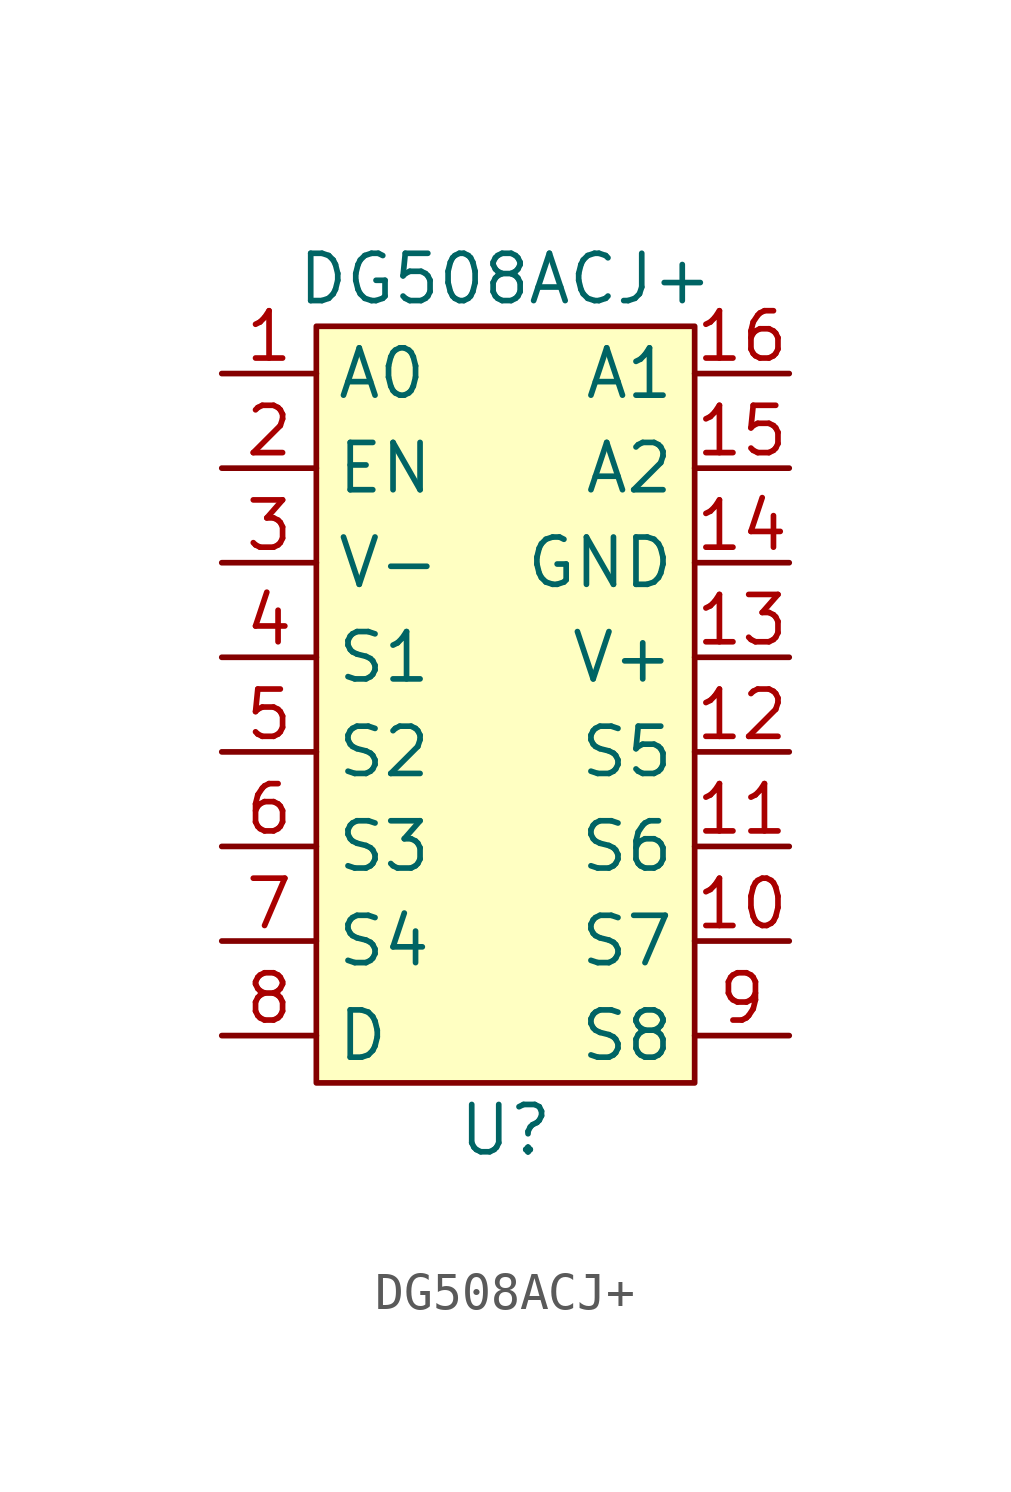
<source format=kicad_sym>
(kicad_symbol_lib
  (version 20220914)
  (generator kicad_symbol_editor)
  (symbol "DG508ACJ+"
    (property "Reference" "U"
      (at 0 -21.59 0)
      (effects (font (size 1.27 1.27))))
    (property "Value" "DG508ACJ+"
      (at 0 1.27 0)
      (effects (font (size 1.27 1.27))))
    (symbol "DG508ACJ+_0_0"
      (pin input line (at -7.62 -1.27 0) (length 2.54) (name "A0" (effects (font (size 1.27 1.27)))) (number "1" (effects (font (size 1.27 1.27)))))
      (pin input line (at 7.62 -16.51 180) (length 2.54) (name "S7" (effects (font (size 1.27 1.27)))) (number "10" (effects (font (size 1.27 1.27)))))
      (pin input line (at 7.62 -13.97 180) (length 2.54) (name "S6" (effects (font (size 1.27 1.27)))) (number "11" (effects (font (size 1.27 1.27)))))
      (pin input line (at 7.62 -11.43 180) (length 2.54) (name "S5" (effects (font (size 1.27 1.27)))) (number "12" (effects (font (size 1.27 1.27)))))
      (pin power_in line (at 7.62 -8.89 180) (length 2.54) (name "V+" (effects (font (size 1.27 1.27)))) (number "13" (effects (font (size 1.27 1.27)))))
      (pin passive line (at 7.62 -6.35 180) (length 2.54) (name "GND" (effects (font (size 1.27 1.27)))) (number "14" (effects (font (size 1.27 1.27)))))
      (pin input line (at 7.62 -3.81 180) (length 2.54) (name "A2" (effects (font (size 1.27 1.27)))) (number "15" (effects (font (size 1.27 1.27)))))
      (pin input line (at 7.62 -1.27 180) (length 2.54) (name "A1" (effects (font (size 1.27 1.27)))) (number "16" (effects (font (size 1.27 1.27)))))
      (pin input line (at -7.62 -3.81 0) (length 2.54) (name "EN" (effects (font (size 1.27 1.27)))) (number "2" (effects (font (size 1.27 1.27)))))
      (pin power_in line (at -7.62 -6.35 0) (length 2.54) (name "V-" (effects (font (size 1.27 1.27)))) (number "3" (effects (font (size 1.27 1.27)))))
      (pin input line (at -7.62 -8.89 0) (length 2.54) (name "S1" (effects (font (size 1.27 1.27)))) (number "4" (effects (font (size 1.27 1.27)))))
      (pin input line (at -7.62 -11.43 0) (length 2.54) (name "S2" (effects (font (size 1.27 1.27)))) (number "5" (effects (font (size 1.27 1.27)))))
      (pin input line (at -7.62 -13.97 0) (length 2.54) (name "S3" (effects (font (size 1.27 1.27)))) (number "6" (effects (font (size 1.27 1.27)))))
      (pin input line (at -7.62 -16.51 0) (length 2.54) (name "S4" (effects (font (size 1.27 1.27)))) (number "7" (effects (font (size 1.27 1.27)))))
      (pin output line (at -7.62 -19.05 0) (length 2.54) (name "D" (effects (font (size 1.27 1.27)))) (number "8" (effects (font (size 1.27 1.27)))))
      (pin input line (at 7.62 -19.05 180) (length 2.54) (name "S8" (effects (font (size 1.27 1.27)))) (number "9" (effects (font (size 1.27 1.27))))))
    (symbol "DG508ACJ+_1_1"
      (rectangle (start -5.08 0) (end 5.08 -20.32) (stroke (width 0) (type default)) (fill (type background))))))
</source>
